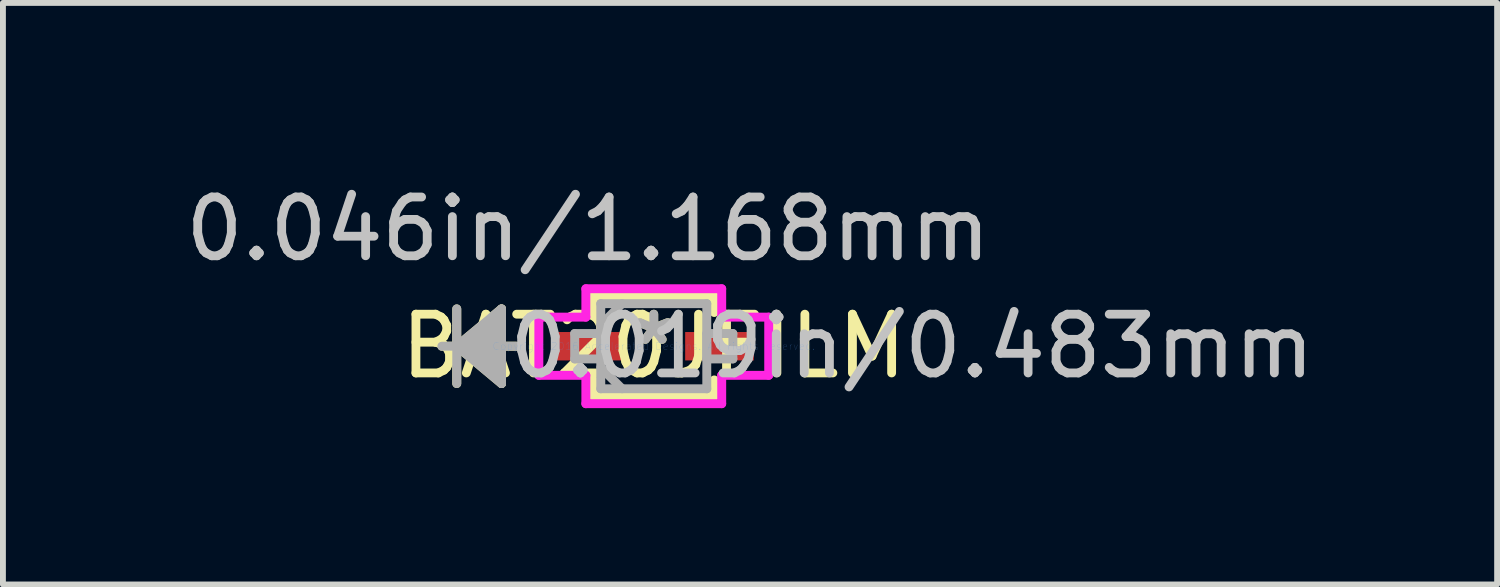
<source format=kicad_pcb>
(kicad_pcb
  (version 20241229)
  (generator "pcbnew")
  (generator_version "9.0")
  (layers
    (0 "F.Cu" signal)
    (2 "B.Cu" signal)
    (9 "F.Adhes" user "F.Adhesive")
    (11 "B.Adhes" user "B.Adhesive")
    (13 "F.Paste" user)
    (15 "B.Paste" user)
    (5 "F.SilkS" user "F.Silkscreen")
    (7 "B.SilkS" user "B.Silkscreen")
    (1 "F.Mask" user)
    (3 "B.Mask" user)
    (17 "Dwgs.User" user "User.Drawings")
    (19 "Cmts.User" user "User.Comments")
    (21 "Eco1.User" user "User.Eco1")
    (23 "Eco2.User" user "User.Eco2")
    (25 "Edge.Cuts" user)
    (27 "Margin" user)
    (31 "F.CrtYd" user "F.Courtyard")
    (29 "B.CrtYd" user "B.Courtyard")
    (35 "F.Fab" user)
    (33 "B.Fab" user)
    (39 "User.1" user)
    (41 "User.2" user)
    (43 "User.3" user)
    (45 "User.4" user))
  (footprint "BAT20JFILM"
    (layer "F.Cu")
    (at 8.076 2.842)
    (property "Reference" "BAT20JFILM" (at 0 0 0) (layer "F.SilkS") (effects (font (size 1 1) (thickness 0.15))))
    (attr through_hole)
    (fp_line (start -3.353 -0.635) (end -3.353 0.635) (stroke (width 0.152) (type solid)) (layer "F.SilkS"))
    (fp_line (start -3.353 0) (end -2.591 -0.635) (stroke (width 0.152) (type solid)) (layer "F.SilkS"))
    (fp_line (start -3.353 0) (end -2.591 -0.508) (stroke (width 0.152) (type solid)) (layer "F.SilkS"))
    (fp_line (start -3.353 0) (end -2.591 -0.381) (stroke (width 0.152) (type solid)) (layer "F.SilkS"))
    (fp_line (start -3.353 0) (end -2.591 -0.254) (stroke (width 0.152) (type solid)) (layer "F.SilkS"))
    (fp_line (start -3.353 0) (end -2.591 -0.127) (stroke (width 0.152) (type solid)) (layer "F.SilkS"))
    (fp_line (start -3.353 0) (end -2.591 0.127) (stroke (width 0.152) (type solid)) (layer "F.SilkS"))
    (fp_line (start -3.353 0) (end -2.591 0.254) (stroke (width 0.152) (type solid)) (layer "F.SilkS"))
    (fp_line (start -3.353 0) (end -2.591 0.381) (stroke (width 0.152) (type solid)) (layer "F.SilkS"))
    (fp_line (start -3.353 0) (end -2.591 0.508) (stroke (width 0.152) (type solid)) (layer "F.SilkS"))
    (fp_line (start -3.353 0) (end -2.591 0.635) (stroke (width 0.152) (type solid)) (layer "F.SilkS"))
    (fp_line (start -2.591 -0.635) (end -2.591 0.635) (stroke (width 0.152) (type solid)) (layer "F.SilkS"))
    (fp_line (start -2.337 0) (end -3.607 0) (stroke (width 0.152) (type solid)) (layer "F.SilkS"))
    (fp_line (start -1.029 -0.851) (end -1.029 -0.574) (stroke (width 0.152) (type solid)) (layer "F.SilkS"))
    (fp_line (start -1.029 0.574) (end -1.029 0.851) (stroke (width 0.152) (type solid)) (layer "F.SilkS"))
    (fp_line (start -1.029 0.851) (end 1.029 0.851) (stroke (width 0.152) (type solid)) (layer "F.SilkS"))
    (fp_line (start 1.029 -0.851) (end -1.029 -0.851) (stroke (width 0.152) (type solid)) (layer "F.SilkS"))
    (fp_line (start 1.029 -0.574) (end 1.029 -0.851) (stroke (width 0.152) (type solid)) (layer "F.SilkS"))
    (fp_line (start 1.029 0.851) (end 1.029 0.574) (stroke (width 0.152) (type solid)) (layer "F.SilkS"))
    (fp_line (start -1.956 -0.495) (end -1.156 -0.495) (stroke (width 0.152) (type solid)) (layer "F.CrtYd"))
    (fp_line (start -1.956 0.495) (end -1.956 -0.495) (stroke (width 0.152) (type solid)) (layer "F.CrtYd"))
    (fp_line (start -1.156 -0.978) (end 1.156 -0.978) (stroke (width 0.152) (type solid)) (layer "F.CrtYd"))
    (fp_line (start -1.156 -0.495) (end -1.156 -0.978) (stroke (width 0.152) (type solid)) (layer "F.CrtYd"))
    (fp_line (start -1.156 0.495) (end -1.956 0.495) (stroke (width 0.152) (type solid)) (layer "F.CrtYd"))
    (fp_line (start -1.156 0.978) (end -1.156 0.495) (stroke (width 0.152) (type solid)) (layer "F.CrtYd"))
    (fp_line (start 1.156 -0.978) (end 1.156 -0.495) (stroke (width 0.152) (type solid)) (layer "F.CrtYd"))
    (fp_line (start 1.156 -0.495) (end 1.956 -0.495) (stroke (width 0.152) (type solid)) (layer "F.CrtYd"))
    (fp_line (start 1.156 0.495) (end 1.156 0.978) (stroke (width 0.152) (type solid)) (layer "F.CrtYd"))
    (fp_line (start 1.156 0.978) (end -1.156 0.978) (stroke (width 0.152) (type solid)) (layer "F.CrtYd"))
    (fp_line (start 1.956 -0.495) (end 1.956 0.495) (stroke (width 0.152) (type solid)) (layer "F.CrtYd"))
    (fp_line (start 1.956 0.495) (end 1.156 0.495) (stroke (width 0.152) (type solid)) (layer "F.CrtYd"))
    (fp_line (start -3.353 -0.635) (end -3.353 0.635) (stroke (width 0.152) (type solid)) (layer "F.Fab"))
    (fp_line (start -3.353 0) (end -2.591 -0.635) (stroke (width 0.152) (type solid)) (layer "F.Fab"))
    (fp_line (start -3.353 0) (end -2.591 -0.508) (stroke (width 0.152) (type solid)) (layer "F.Fab"))
    (fp_line (start -3.353 0) (end -2.591 -0.381) (stroke (width 0.152) (type solid)) (layer "F.Fab"))
    (fp_line (start -3.353 0) (end -2.591 -0.254) (stroke (width 0.152) (type solid)) (layer "F.Fab"))
    (fp_line (start -3.353 0) (end -2.591 -0.127) (stroke (width 0.152) (type solid)) (layer "F.Fab"))
    (fp_line (start -3.353 0) (end -2.591 0.127) (stroke (width 0.152) (type solid)) (layer "F.Fab"))
    (fp_line (start -3.353 0) (end -2.591 0.254) (stroke (width 0.152) (type solid)) (layer "F.Fab"))
    (fp_line (start -3.353 0) (end -2.591 0.381) (stroke (width 0.152) (type solid)) (layer "F.Fab"))
    (fp_line (start -3.353 0) (end -2.591 0.508) (stroke (width 0.152) (type solid)) (layer "F.Fab"))
    (fp_line (start -3.353 0) (end -2.591 0.635) (stroke (width 0.152) (type solid)) (layer "F.Fab"))
    (fp_line (start -2.591 -0.635) (end -2.591 0.635) (stroke (width 0.152) (type solid)) (layer "F.Fab"))
    (fp_line (start -2.337 0) (end -3.607 0) (stroke (width 0.152) (type solid)) (layer "F.Fab"))
    (fp_line (start -1.346 -0.216) (end -1.346 0.216) (stroke (width 0.152) (type solid)) (layer "F.Fab"))
    (fp_line (start -1.346 0.216) (end -0.902 0.216) (stroke (width 0.152) (type solid)) (layer "F.Fab"))
    (fp_line (start -0.902 -0.724) (end -0.902 0.724) (stroke (width 0.152) (type solid)) (layer "F.Fab"))
    (fp_line (start -0.902 -0.362) (end -0.54 -0.724) (stroke (width 0.152) (type solid)) (layer "F.Fab"))
    (fp_line (start -0.902 -0.216) (end -1.346 -0.216) (stroke (width 0.152) (type solid)) (layer "F.Fab"))
    (fp_line (start -0.902 0.216) (end -0.902 -0.216) (stroke (width 0.152) (type solid)) (layer "F.Fab"))
    (fp_line (start -0.902 0.362) (end -0.54 0.724) (stroke (width 0.152) (type solid)) (layer "F.Fab"))
    (fp_line (start -0.902 0.724) (end 0.902 0.724) (stroke (width 0.152) (type solid)) (layer "F.Fab"))
    (fp_line (start 0.902 -0.724) (end -0.902 -0.724) (stroke (width 0.152) (type solid)) (layer "F.Fab"))
    (fp_line (start 0.902 -0.216) (end 0.902 0.216) (stroke (width 0.152) (type solid)) (layer "F.Fab"))
    (fp_line (start 0.902 0.216) (end 1.346 0.216) (stroke (width 0.152) (type solid)) (layer "F.Fab"))
    (fp_line (start 0.902 0.724) (end 0.902 -0.724) (stroke (width 0.152) (type solid)) (layer "F.Fab"))
    (fp_line (start 1.346 -0.216) (end 0.902 -0.216) (stroke (width 0.152) (type solid)) (layer "F.Fab"))
    (fp_line (start 1.346 0.216) (end 1.346 -0.216) (stroke (width 0.152) (type solid)) (layer "F.Fab"))
    (fp_text user "*" (at 0 0 0) (layer "F.SilkS") (effects (font (size 1 1) (thickness 0.15))))
    (fp_text user "0.046in/1.168mm" (at -1.118 -1.994 0) (layer "Dwgs.User") (effects (font (size 1 1) (thickness 0.15))))
    (fp_text user "0.019in/0.483mm" (at 4.394 0 0) (layer "Dwgs.User") (effects (font (size 1 1) (thickness 0.15))))
    (fp_text user "Copyright 2016 Accelerated Designs. All rights reserved." (at 0 0 0) (layer "Cmts.User") (effects (font (size 0.127 0.127) (thickness 0.002))))
    (fp_text user "*" (at 0 0 0) (layer "F.Fab") (effects (font (size 1 1) (thickness 0.15))))
    (pad "1" smd rect (at -1.118 0) (size 1.168 0.483) (layers "F.Cu" "F.Mask" "F.Paste"))
    (pad "2" smd rect (at 1.118 0) (size 1.168 0.483) (layers "F.Cu" "F.Mask" "F.Paste")))
  (gr_rect
    (start -3 -3)
    (end 22.428 6.896)
    (stroke (width 0.1) (type default))
    (fill no)
    (layer "Edge.Cuts")))
</source>
